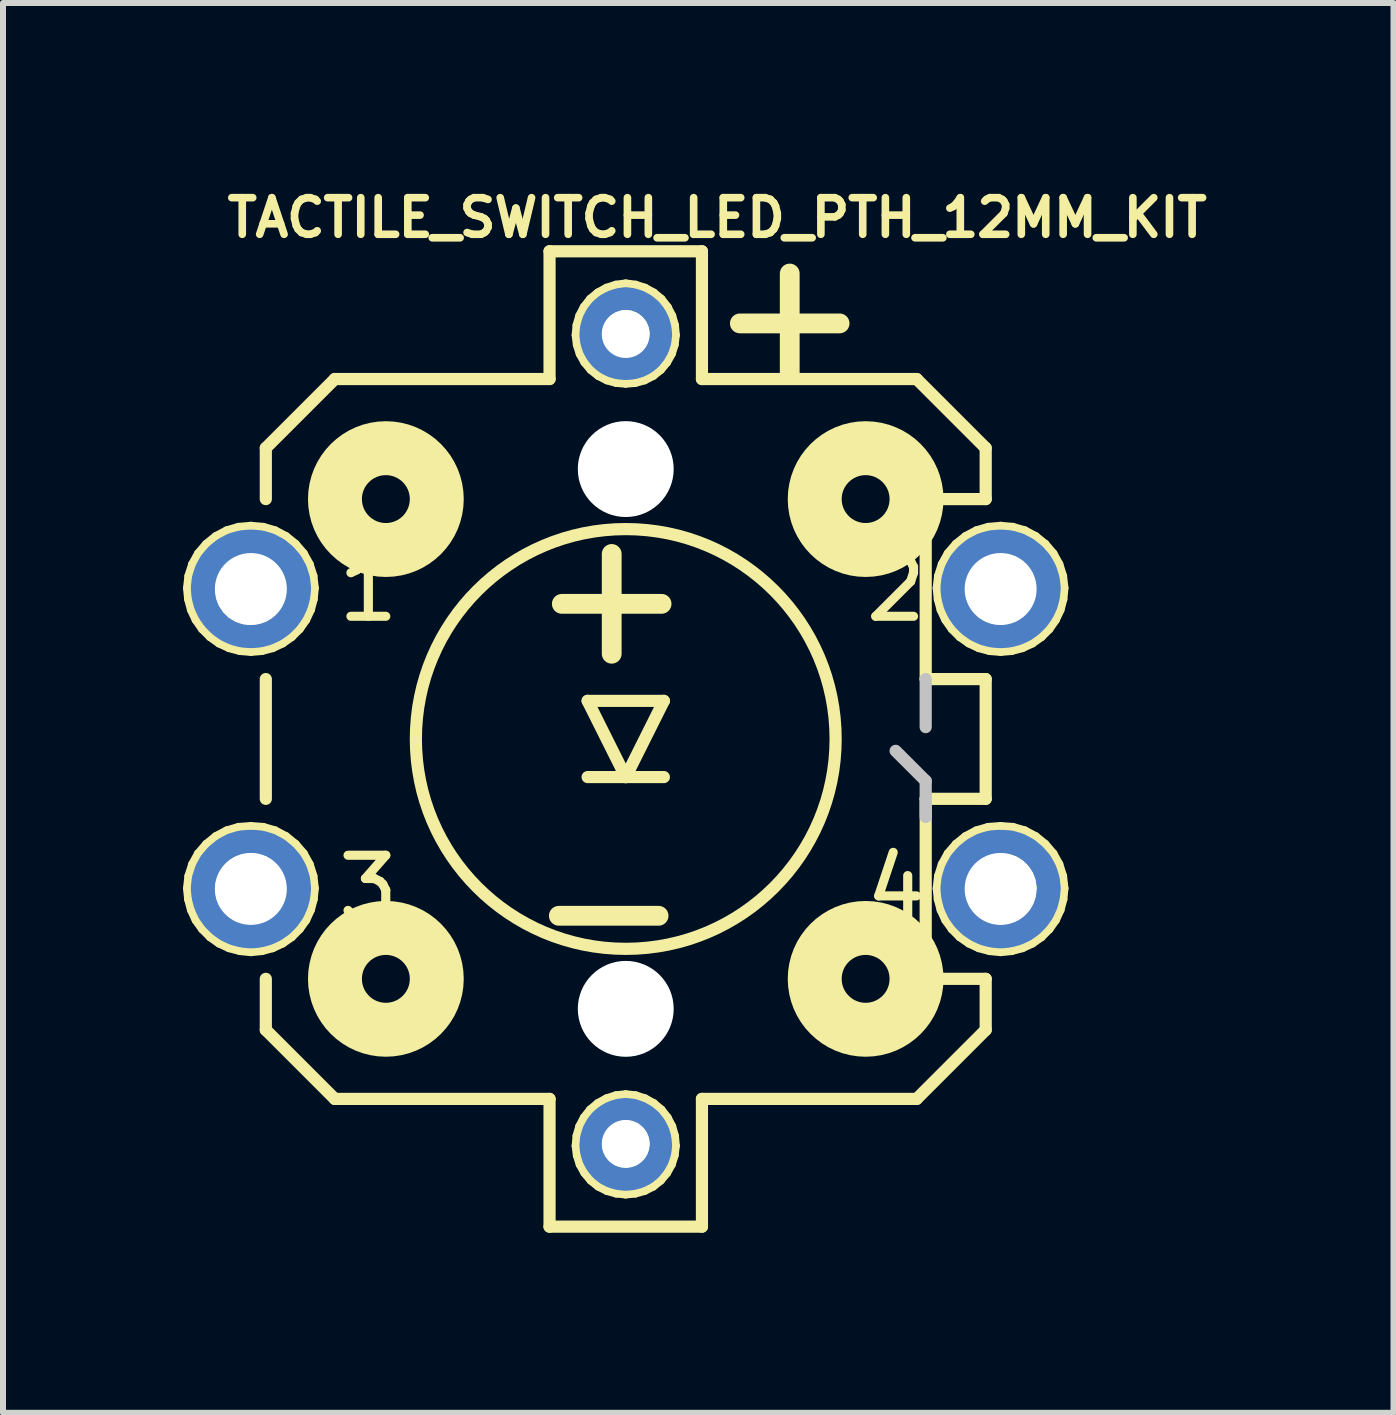
<source format=kicad_pcb>
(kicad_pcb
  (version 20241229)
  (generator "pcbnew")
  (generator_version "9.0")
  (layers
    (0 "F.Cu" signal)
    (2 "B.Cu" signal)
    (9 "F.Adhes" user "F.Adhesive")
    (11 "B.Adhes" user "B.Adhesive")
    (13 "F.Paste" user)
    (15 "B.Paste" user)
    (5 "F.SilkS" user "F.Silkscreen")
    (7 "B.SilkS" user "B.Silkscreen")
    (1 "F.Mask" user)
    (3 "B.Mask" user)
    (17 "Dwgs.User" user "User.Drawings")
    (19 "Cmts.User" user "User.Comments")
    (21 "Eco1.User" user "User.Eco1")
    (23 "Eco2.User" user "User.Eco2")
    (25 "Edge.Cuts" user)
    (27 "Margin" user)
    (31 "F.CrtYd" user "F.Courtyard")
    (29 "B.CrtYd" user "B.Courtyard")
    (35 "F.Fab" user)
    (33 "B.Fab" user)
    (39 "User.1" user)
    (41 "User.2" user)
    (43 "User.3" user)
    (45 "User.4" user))
  (footprint "TACTILE_SWITCH_LED_PTH_12MM_KIT"
    (layer "F.Cu")
    (at 7.379 9.266)
    (property "Reference" "TACTILE_SWITCH_LED_PTH_12MM_KIT" (at 1.524 -8.687 0) (layer "F.SilkS") (effects (font (size 0.61 0.61) (thickness 0.127))))
    (attr exclude_from_pos_files exclude_from_bom)
    (fp_line (start -7.315 -2.515) (end -7.297 -2.329) (stroke (width 0.127) (type solid)) (layer "F.SilkS"))
    (fp_line (start -7.315 2.489) (end -7.297 2.672) (stroke (width 0.127) (type solid)) (layer "F.SilkS"))
    (fp_line (start -7.297 -2.329) (end -7.249 -2.149) (stroke (width 0.127) (type solid)) (layer "F.SilkS"))
    (fp_line (start -7.297 2.672) (end -7.249 2.852) (stroke (width 0.127) (type solid)) (layer "F.SilkS"))
    (fp_line (start -7.292 -2.718) (end -7.315 -2.515) (stroke (width 0.127) (type solid)) (layer "F.SilkS"))
    (fp_line (start -7.292 2.283) (end -7.315 2.489) (stroke (width 0.127) (type solid)) (layer "F.SilkS"))
    (fp_line (start -7.249 -2.149) (end -7.17 -1.981) (stroke (width 0.127) (type solid)) (layer "F.SilkS"))
    (fp_line (start -7.249 2.852) (end -7.17 3.023) (stroke (width 0.127) (type solid)) (layer "F.SilkS"))
    (fp_line (start -7.229 -2.916) (end -7.292 -2.718) (stroke (width 0.127) (type solid)) (layer "F.SilkS"))
    (fp_line (start -7.229 2.085) (end -7.292 2.283) (stroke (width 0.127) (type solid)) (layer "F.SilkS"))
    (fp_line (start -7.17 -1.981) (end -7.064 -1.829) (stroke (width 0.127) (type solid)) (layer "F.SilkS"))
    (fp_line (start -7.17 3.023) (end -7.064 3.172) (stroke (width 0.127) (type solid)) (layer "F.SilkS"))
    (fp_line (start -7.13 -3.096) (end -7.229 -2.916) (stroke (width 0.127) (type solid)) (layer "F.SilkS"))
    (fp_line (start -7.13 1.905) (end -7.229 2.085) (stroke (width 0.127) (type solid)) (layer "F.SilkS"))
    (fp_line (start -7.064 -1.829) (end -6.932 -1.697) (stroke (width 0.127) (type solid)) (layer "F.SilkS"))
    (fp_line (start -7.064 3.172) (end -6.932 3.305) (stroke (width 0.127) (type solid)) (layer "F.SilkS"))
    (fp_line (start -6.995 -3.254) (end -7.13 -3.096) (stroke (width 0.127) (type solid)) (layer "F.SilkS"))
    (fp_line (start -6.995 1.748) (end -7.13 1.905) (stroke (width 0.127) (type solid)) (layer "F.SilkS"))
    (fp_line (start -6.932 -1.697) (end -6.782 -1.59) (stroke (width 0.127) (type solid)) (layer "F.SilkS"))
    (fp_line (start -6.932 3.305) (end -6.782 3.411) (stroke (width 0.127) (type solid)) (layer "F.SilkS"))
    (fp_line (start -6.835 -3.383) (end -6.995 -3.254) (stroke (width 0.127) (type solid)) (layer "F.SilkS"))
    (fp_line (start -6.835 1.618) (end -6.995 1.748) (stroke (width 0.127) (type solid)) (layer "F.SilkS"))
    (fp_line (start -6.782 -1.59) (end -6.612 -1.511) (stroke (width 0.127) (type solid)) (layer "F.SilkS"))
    (fp_line (start -6.782 2.52) (end -6.764 2.634) (stroke (width 0.127) (type solid)) (layer "F.SilkS"))
    (fp_line (start -6.782 3.411) (end -6.612 3.49) (stroke (width 0.127) (type solid)) (layer "F.SilkS"))
    (fp_line (start -6.777 -2.469) (end -6.761 -2.355) (stroke (width 0.127) (type solid)) (layer "F.SilkS"))
    (fp_line (start -6.769 2.398) (end -6.782 2.52) (stroke (width 0.127) (type solid)) (layer "F.SilkS"))
    (fp_line (start -6.767 -2.591) (end -6.777 -2.469) (stroke (width 0.127) (type solid)) (layer "F.SilkS"))
    (fp_line (start -6.764 2.634) (end -6.723 2.741) (stroke (width 0.127) (type solid)) (layer "F.SilkS"))
    (fp_line (start -6.761 -2.355) (end -6.721 -2.248) (stroke (width 0.127) (type solid)) (layer "F.SilkS"))
    (fp_line (start -6.731 2.283) (end -6.769 2.398) (stroke (width 0.127) (type solid)) (layer "F.SilkS"))
    (fp_line (start -6.728 -2.705) (end -6.767 -2.591) (stroke (width 0.127) (type solid)) (layer "F.SilkS"))
    (fp_line (start -6.723 2.741) (end -6.66 2.837) (stroke (width 0.127) (type solid)) (layer "F.SilkS"))
    (fp_line (start -6.721 -2.248) (end -6.657 -2.151) (stroke (width 0.127) (type solid)) (layer "F.SilkS"))
    (fp_line (start -6.67 2.179) (end -6.731 2.283) (stroke (width 0.127) (type solid)) (layer "F.SilkS"))
    (fp_line (start -6.668 -2.809) (end -6.728 -2.705) (stroke (width 0.127) (type solid)) (layer "F.SilkS"))
    (fp_line (start -6.66 2.837) (end -6.576 2.918) (stroke (width 0.127) (type solid)) (layer "F.SilkS"))
    (fp_line (start -6.657 -2.151) (end -6.574 -2.07) (stroke (width 0.127) (type solid)) (layer "F.SilkS"))
    (fp_line (start -6.652 -3.48) (end -6.835 -3.383) (stroke (width 0.127) (type solid)) (layer "F.SilkS"))
    (fp_line (start -6.652 1.521) (end -6.835 1.618) (stroke (width 0.127) (type solid)) (layer "F.SilkS"))
    (fp_line (start -6.612 -1.511) (end -6.431 -1.463) (stroke (width 0.127) (type solid)) (layer "F.SilkS"))
    (fp_line (start -6.612 3.49) (end -6.431 3.538) (stroke (width 0.127) (type solid)) (layer "F.SilkS"))
    (fp_line (start -6.586 2.093) (end -6.67 2.179) (stroke (width 0.127) (type solid)) (layer "F.SilkS"))
    (fp_line (start -6.584 -2.896) (end -6.668 -2.809) (stroke (width 0.127) (type solid)) (layer "F.SilkS"))
    (fp_line (start -6.576 2.918) (end -6.477 2.977) (stroke (width 0.127) (type solid)) (layer "F.SilkS"))
    (fp_line (start -6.574 -2.07) (end -6.474 -2.012) (stroke (width 0.127) (type solid)) (layer "F.SilkS"))
    (fp_line (start -6.485 2.024) (end -6.586 2.093) (stroke (width 0.127) (type solid)) (layer "F.SilkS"))
    (fp_line (start -6.482 -2.964) (end -6.584 -2.896) (stroke (width 0.127) (type solid)) (layer "F.SilkS"))
    (fp_line (start -6.477 2.977) (end -6.368 3.012) (stroke (width 0.127) (type solid)) (layer "F.SilkS"))
    (fp_line (start -6.474 -2.012) (end -6.365 -1.976) (stroke (width 0.127) (type solid)) (layer "F.SilkS"))
    (fp_line (start -6.454 -3.538) (end -6.652 -3.48) (stroke (width 0.127) (type solid)) (layer "F.SilkS"))
    (fp_line (start -6.454 1.463) (end -6.652 1.521) (stroke (width 0.127) (type solid)) (layer "F.SilkS"))
    (fp_line (start -6.431 -1.463) (end -6.248 -1.448) (stroke (width 0.127) (type solid)) (layer "F.SilkS"))
    (fp_line (start -6.431 3.538) (end -6.248 3.556) (stroke (width 0.127) (type solid)) (layer "F.SilkS"))
    (fp_line (start -6.373 1.984) (end -6.485 2.024) (stroke (width 0.127) (type solid)) (layer "F.SilkS"))
    (fp_line (start -6.37 -3.005) (end -6.482 -2.964) (stroke (width 0.127) (type solid)) (layer "F.SilkS"))
    (fp_line (start -6.368 3.012) (end -6.253 3.025) (stroke (width 0.127) (type solid)) (layer "F.SilkS"))
    (fp_line (start -6.365 -1.976) (end -6.251 -1.963) (stroke (width 0.127) (type solid)) (layer "F.SilkS"))
    (fp_line (start -6.253 3.025) (end -6.134 3.007) (stroke (width 0.127) (type solid)) (layer "F.SilkS"))
    (fp_line (start -6.251 -1.963) (end -6.132 -1.981) (stroke (width 0.127) (type solid)) (layer "F.SilkS"))
    (fp_line (start -6.251 1.968) (end -6.373 1.984) (stroke (width 0.127) (type solid)) (layer "F.SilkS"))
    (fp_line (start -6.248 -3.556) (end -6.454 -3.538) (stroke (width 0.127) (type solid)) (layer "F.SilkS"))
    (fp_line (start -6.248 -3.02) (end -6.37 -3.005) (stroke (width 0.127) (type solid)) (layer "F.SilkS"))
    (fp_line (start -6.248 -1.448) (end -6.063 -1.463) (stroke (width 0.127) (type solid)) (layer "F.SilkS"))
    (fp_line (start -6.248 1.448) (end -6.454 1.463) (stroke (width 0.127) (type solid)) (layer "F.SilkS"))
    (fp_line (start -6.248 3.556) (end -6.063 3.538) (stroke (width 0.127) (type solid)) (layer "F.SilkS"))
    (fp_line (start -6.137 1.979) (end -6.251 1.968) (stroke (width 0.127) (type solid)) (layer "F.SilkS"))
    (fp_line (start -6.134 -3.01) (end -6.248 -3.02) (stroke (width 0.127) (type solid)) (layer "F.SilkS"))
    (fp_line (start -6.134 3.007) (end -6.02 2.967) (stroke (width 0.127) (type solid)) (layer "F.SilkS"))
    (fp_line (start -6.132 -1.981) (end -6.017 -2.022) (stroke (width 0.127) (type solid)) (layer "F.SilkS"))
    (fp_line (start -6.063 -1.463) (end -5.883 -1.511) (stroke (width 0.127) (type solid)) (layer "F.SilkS"))
    (fp_line (start -6.063 3.538) (end -5.883 3.49) (stroke (width 0.127) (type solid)) (layer "F.SilkS"))
    (fp_line (start -6.04 -3.538) (end -6.248 -3.556) (stroke (width 0.127) (type solid)) (layer "F.SilkS"))
    (fp_line (start -6.04 1.463) (end -6.248 1.448) (stroke (width 0.127) (type solid)) (layer "F.SilkS"))
    (fp_line (start -6.027 2.014) (end -6.137 1.979) (stroke (width 0.127) (type solid)) (layer "F.SilkS"))
    (fp_line (start -6.025 -2.974) (end -6.134 -3.01) (stroke (width 0.127) (type solid)) (layer "F.SilkS"))
    (fp_line (start -6.02 2.967) (end -5.921 2.901) (stroke (width 0.127) (type solid)) (layer "F.SilkS"))
    (fp_line (start -6.017 -2.022) (end -5.918 -2.088) (stroke (width 0.127) (type solid)) (layer "F.SilkS"))
    (fp_line (start -5.999 -4.849) (end -4.849 -5.999) (stroke (width 0.203) (type solid)) (layer "F.SilkS"))
    (fp_line (start -5.999 -3.998) (end -5.999 -4.849) (stroke (width 0.203) (type solid)) (layer "F.SilkS"))
    (fp_line (start -5.999 0.998) (end -5.999 -0.998) (stroke (width 0.203) (type solid)) (layer "F.SilkS"))
    (fp_line (start -5.999 4.849) (end -5.999 3.998) (stroke (width 0.203) (type solid)) (layer "F.SilkS"))
    (fp_line (start -5.928 2.075) (end -6.027 2.014) (stroke (width 0.127) (type solid)) (layer "F.SilkS"))
    (fp_line (start -5.926 -2.913) (end -6.025 -2.974) (stroke (width 0.127) (type solid)) (layer "F.SilkS"))
    (fp_line (start -5.921 2.901) (end -5.837 2.814) (stroke (width 0.127) (type solid)) (layer "F.SilkS"))
    (fp_line (start -5.918 -2.088) (end -5.834 -2.174) (stroke (width 0.127) (type solid)) (layer "F.SilkS"))
    (fp_line (start -5.883 -1.511) (end -5.715 -1.59) (stroke (width 0.127) (type solid)) (layer "F.SilkS"))
    (fp_line (start -5.883 3.49) (end -5.715 3.411) (stroke (width 0.127) (type solid)) (layer "F.SilkS"))
    (fp_line (start -5.845 2.156) (end -5.928 2.075) (stroke (width 0.127) (type solid)) (layer "F.SilkS"))
    (fp_line (start -5.842 -3.48) (end -6.04 -3.538) (stroke (width 0.127) (type solid)) (layer "F.SilkS"))
    (fp_line (start -5.842 -2.832) (end -5.926 -2.913) (stroke (width 0.127) (type solid)) (layer "F.SilkS"))
    (fp_line (start -5.842 1.521) (end -6.04 1.463) (stroke (width 0.127) (type solid)) (layer "F.SilkS"))
    (fp_line (start -5.837 2.814) (end -5.776 2.71) (stroke (width 0.127) (type solid)) (layer "F.SilkS"))
    (fp_line (start -5.834 -2.174) (end -5.773 -2.278) (stroke (width 0.127) (type solid)) (layer "F.SilkS"))
    (fp_line (start -5.781 2.253) (end -5.845 2.156) (stroke (width 0.127) (type solid)) (layer "F.SilkS"))
    (fp_line (start -5.779 -2.736) (end -5.842 -2.832) (stroke (width 0.127) (type solid)) (layer "F.SilkS"))
    (fp_line (start -5.776 2.71) (end -5.738 2.598) (stroke (width 0.127) (type solid)) (layer "F.SilkS"))
    (fp_line (start -5.773 -2.278) (end -5.735 -2.39) (stroke (width 0.127) (type solid)) (layer "F.SilkS"))
    (fp_line (start -5.74 2.362) (end -5.781 2.253) (stroke (width 0.127) (type solid)) (layer "F.SilkS"))
    (fp_line (start -5.738 -2.626) (end -5.779 -2.736) (stroke (width 0.127) (type solid)) (layer "F.SilkS"))
    (fp_line (start -5.738 2.598) (end -5.728 2.479) (stroke (width 0.127) (type solid)) (layer "F.SilkS"))
    (fp_line (start -5.735 -2.39) (end -5.723 -2.51) (stroke (width 0.127) (type solid)) (layer "F.SilkS"))
    (fp_line (start -5.728 2.479) (end -5.74 2.362) (stroke (width 0.127) (type solid)) (layer "F.SilkS"))
    (fp_line (start -5.723 -2.51) (end -5.738 -2.626) (stroke (width 0.127) (type solid)) (layer "F.SilkS"))
    (fp_line (start -5.715 -1.59) (end -5.563 -1.697) (stroke (width 0.127) (type solid)) (layer "F.SilkS"))
    (fp_line (start -5.715 3.411) (end -5.563 3.305) (stroke (width 0.127) (type solid)) (layer "F.SilkS"))
    (fp_line (start -5.659 -3.383) (end -5.842 -3.48) (stroke (width 0.127) (type solid)) (layer "F.SilkS"))
    (fp_line (start -5.659 1.618) (end -5.842 1.521) (stroke (width 0.127) (type solid)) (layer "F.SilkS"))
    (fp_line (start -5.563 -1.697) (end -5.431 -1.829) (stroke (width 0.127) (type solid)) (layer "F.SilkS"))
    (fp_line (start -5.563 3.305) (end -5.431 3.172) (stroke (width 0.127) (type solid)) (layer "F.SilkS"))
    (fp_line (start -5.499 -3.254) (end -5.659 -3.383) (stroke (width 0.127) (type solid)) (layer "F.SilkS"))
    (fp_line (start -5.499 1.748) (end -5.659 1.618) (stroke (width 0.127) (type solid)) (layer "F.SilkS"))
    (fp_line (start -5.431 -1.829) (end -5.324 -1.981) (stroke (width 0.127) (type solid)) (layer "F.SilkS"))
    (fp_line (start -5.431 3.172) (end -5.324 3.023) (stroke (width 0.127) (type solid)) (layer "F.SilkS"))
    (fp_line (start -5.364 -3.096) (end -5.499 -3.254) (stroke (width 0.127) (type solid)) (layer "F.SilkS"))
    (fp_line (start -5.364 1.905) (end -5.499 1.748) (stroke (width 0.127) (type solid)) (layer "F.SilkS"))
    (fp_line (start -5.324 -1.981) (end -5.245 -2.149) (stroke (width 0.127) (type solid)) (layer "F.SilkS"))
    (fp_line (start -5.324 3.023) (end -5.245 2.852) (stroke (width 0.127) (type solid)) (layer "F.SilkS"))
    (fp_line (start -5.265 -2.916) (end -5.364 -3.096) (stroke (width 0.127) (type solid)) (layer "F.SilkS"))
    (fp_line (start -5.265 2.085) (end -5.364 1.905) (stroke (width 0.127) (type solid)) (layer "F.SilkS"))
    (fp_line (start -5.245 -2.149) (end -5.197 -2.329) (stroke (width 0.127) (type solid)) (layer "F.SilkS"))
    (fp_line (start -5.245 2.852) (end -5.197 2.672) (stroke (width 0.127) (type solid)) (layer "F.SilkS"))
    (fp_line (start -5.202 -2.718) (end -5.265 -2.916) (stroke (width 0.127) (type solid)) (layer "F.SilkS"))
    (fp_line (start -5.202 2.283) (end -5.265 2.085) (stroke (width 0.127) (type solid)) (layer "F.SilkS"))
    (fp_line (start -5.197 -2.329) (end -5.179 -2.515) (stroke (width 0.127) (type solid)) (layer "F.SilkS"))
    (fp_line (start -5.197 2.672) (end -5.179 2.489) (stroke (width 0.127) (type solid)) (layer "F.SilkS"))
    (fp_line (start -5.179 -2.515) (end -5.202 -2.718) (stroke (width 0.127) (type solid)) (layer "F.SilkS"))
    (fp_line (start -5.179 2.489) (end -5.202 2.283) (stroke (width 0.127) (type solid)) (layer "F.SilkS"))
    (fp_line (start -4.849 -5.999) (end -1.27 -5.999) (stroke (width 0.203) (type solid)) (layer "F.SilkS"))
    (fp_line (start -4.849 5.999) (end -5.999 4.849) (stroke (width 0.203) (type solid)) (layer "F.SilkS"))
    (fp_line (start -1.27 -8.128) (end 1.27 -8.128) (stroke (width 0.203) (type solid)) (layer "F.SilkS"))
    (fp_line (start -1.27 -5.999) (end -1.27 -8.128) (stroke (width 0.203) (type solid)) (layer "F.SilkS"))
    (fp_line (start -1.27 5.999) (end -4.849 5.999) (stroke (width 0.203) (type solid)) (layer "F.SilkS"))
    (fp_line (start -1.27 8.128) (end -1.27 5.999) (stroke (width 0.203) (type solid)) (layer "F.SilkS"))
    (fp_line (start -0.838 -6.731) (end -0.818 -6.568) (stroke (width 0.127) (type solid)) (layer "F.SilkS"))
    (fp_line (start -0.838 6.782) (end -0.818 6.942) (stroke (width 0.127) (type solid)) (layer "F.SilkS"))
    (fp_line (start -0.823 -6.896) (end -0.838 -6.731) (stroke (width 0.127) (type solid)) (layer "F.SilkS"))
    (fp_line (start -0.823 6.614) (end -0.838 6.782) (stroke (width 0.127) (type solid)) (layer "F.SilkS"))
    (fp_line (start -0.818 -6.568) (end -0.77 -6.416) (stroke (width 0.127) (type solid)) (layer "F.SilkS"))
    (fp_line (start -0.818 6.942) (end -0.77 7.094) (stroke (width 0.127) (type solid)) (layer "F.SilkS"))
    (fp_line (start -0.777 -7.056) (end -0.823 -6.896) (stroke (width 0.127) (type solid)) (layer "F.SilkS"))
    (fp_line (start -0.777 6.454) (end -0.823 6.614) (stroke (width 0.127) (type solid)) (layer "F.SilkS"))
    (fp_line (start -0.77 -6.416) (end -0.691 -6.274) (stroke (width 0.127) (type solid)) (layer "F.SilkS"))
    (fp_line (start -0.77 7.094) (end -0.691 7.236) (stroke (width 0.127) (type solid)) (layer "F.SilkS"))
    (fp_line (start -0.701 -7.203) (end -0.777 -7.056) (stroke (width 0.127) (type solid)) (layer "F.SilkS"))
    (fp_line (start -0.701 6.307) (end -0.777 6.454) (stroke (width 0.127) (type solid)) (layer "F.SilkS"))
    (fp_line (start -0.691 -6.274) (end -0.587 -6.149) (stroke (width 0.127) (type solid)) (layer "F.SilkS"))
    (fp_line (start -0.691 7.236) (end -0.587 7.361) (stroke (width 0.127) (type solid)) (layer "F.SilkS"))
    (fp_line (start -0.635 -0.635) (end 0 0.635) (stroke (width 0.203) (type solid)) (layer "F.SilkS"))
    (fp_line (start -0.597 -7.336) (end -0.701 -7.203) (stroke (width 0.127) (type solid)) (layer "F.SilkS"))
    (fp_line (start -0.597 6.175) (end -0.701 6.307) (stroke (width 0.127) (type solid)) (layer "F.SilkS"))
    (fp_line (start -0.587 -6.149) (end -0.46 -6.048) (stroke (width 0.127) (type solid)) (layer "F.SilkS"))
    (fp_line (start -0.587 7.361) (end -0.46 7.463) (stroke (width 0.127) (type solid)) (layer "F.SilkS"))
    (fp_line (start -0.47 -7.442) (end -0.597 -7.336) (stroke (width 0.127) (type solid)) (layer "F.SilkS"))
    (fp_line (start -0.47 6.068) (end -0.597 6.175) (stroke (width 0.127) (type solid)) (layer "F.SilkS"))
    (fp_line (start -0.46 -6.048) (end -0.315 -5.974) (stroke (width 0.127) (type solid)) (layer "F.SilkS"))
    (fp_line (start -0.46 7.463) (end -0.315 7.536) (stroke (width 0.127) (type solid)) (layer "F.SilkS"))
    (fp_line (start -0.33 -6.731) (end -0.315 -6.647) (stroke (width 0.127) (type solid)) (layer "F.SilkS"))
    (fp_line (start -0.33 6.774) (end -0.315 6.855) (stroke (width 0.127) (type solid)) (layer "F.SilkS"))
    (fp_line (start -0.323 -7.523) (end -0.47 -7.442) (stroke (width 0.127) (type solid)) (layer "F.SilkS"))
    (fp_line (start -0.323 -6.807) (end -0.33 -6.731) (stroke (width 0.127) (type solid)) (layer "F.SilkS"))
    (fp_line (start -0.323 5.987) (end -0.47 6.068) (stroke (width 0.127) (type solid)) (layer "F.SilkS"))
    (fp_line (start -0.323 6.695) (end -0.33 6.774) (stroke (width 0.127) (type solid)) (layer "F.SilkS"))
    (fp_line (start -0.315 -6.647) (end -0.279 -6.574) (stroke (width 0.127) (type solid)) (layer "F.SilkS"))
    (fp_line (start -0.315 -5.974) (end -0.16 -5.931) (stroke (width 0.127) (type solid)) (layer "F.SilkS"))
    (fp_line (start -0.315 6.855) (end -0.279 6.929) (stroke (width 0.127) (type solid)) (layer "F.SilkS"))
    (fp_line (start -0.315 7.536) (end -0.16 7.579) (stroke (width 0.127) (type solid)) (layer "F.SilkS"))
    (fp_line (start -0.3 -6.881) (end -0.323 -6.807) (stroke (width 0.127) (type solid)) (layer "F.SilkS"))
    (fp_line (start -0.3 6.622) (end -0.323 6.695) (stroke (width 0.127) (type solid)) (layer "F.SilkS"))
    (fp_line (start -0.279 -6.574) (end -0.226 -6.51) (stroke (width 0.127) (type solid)) (layer "F.SilkS"))
    (fp_line (start -0.279 6.929) (end -0.226 6.993) (stroke (width 0.127) (type solid)) (layer "F.SilkS"))
    (fp_line (start -0.262 -6.947) (end -0.3 -6.881) (stroke (width 0.127) (type solid)) (layer "F.SilkS"))
    (fp_line (start -0.262 6.556) (end -0.3 6.622) (stroke (width 0.127) (type solid)) (layer "F.SilkS"))
    (fp_line (start -0.226 -6.51) (end -0.16 -6.462) (stroke (width 0.127) (type solid)) (layer "F.SilkS"))
    (fp_line (start -0.226 6.993) (end -0.16 7.041) (stroke (width 0.127) (type solid)) (layer "F.SilkS"))
    (fp_line (start -0.211 -7.003) (end -0.262 -6.947) (stroke (width 0.127) (type solid)) (layer "F.SilkS"))
    (fp_line (start -0.211 6.5) (end -0.262 6.556) (stroke (width 0.127) (type solid)) (layer "F.SilkS"))
    (fp_line (start -0.165 -7.574) (end -0.323 -7.523) (stroke (width 0.127) (type solid)) (layer "F.SilkS"))
    (fp_line (start -0.165 5.936) (end -0.323 5.987) (stroke (width 0.127) (type solid)) (layer "F.SilkS"))
    (fp_line (start -0.16 -6.462) (end -0.081 -6.431) (stroke (width 0.127) (type solid)) (layer "F.SilkS"))
    (fp_line (start -0.16 -5.931) (end 0 -5.918) (stroke (width 0.127) (type solid)) (layer "F.SilkS"))
    (fp_line (start -0.16 7.041) (end -0.081 7.071) (stroke (width 0.127) (type solid)) (layer "F.SilkS"))
    (fp_line (start -0.16 7.579) (end 0 7.595) (stroke (width 0.127) (type solid)) (layer "F.SilkS"))
    (fp_line (start -0.147 -7.046) (end -0.211 -7.003) (stroke (width 0.127) (type solid)) (layer "F.SilkS"))
    (fp_line (start -0.147 6.457) (end -0.211 6.5) (stroke (width 0.127) (type solid)) (layer "F.SilkS"))
    (fp_line (start -0.081 -6.431) (end 0 -6.426) (stroke (width 0.127) (type solid)) (layer "F.SilkS"))
    (fp_line (start -0.081 7.071) (end 0 7.079) (stroke (width 0.127) (type solid)) (layer "F.SilkS"))
    (fp_line (start -0.074 -7.074) (end -0.147 -7.046) (stroke (width 0.127) (type solid)) (layer "F.SilkS"))
    (fp_line (start -0.074 6.429) (end -0.147 6.457) (stroke (width 0.127) (type solid)) (layer "F.SilkS"))
    (fp_line (start 0 -7.595) (end -0.165 -7.574) (stroke (width 0.127) (type solid)) (layer "F.SilkS"))
    (fp_line (start 0 -7.087) (end -0.074 -7.074) (stroke (width 0.127) (type solid)) (layer "F.SilkS"))
    (fp_line (start 0 -6.426) (end 0.071 -6.434) (stroke (width 0.127) (type solid)) (layer "F.SilkS"))
    (fp_line (start 0 -5.918) (end 0.16 -5.931) (stroke (width 0.127) (type solid)) (layer "F.SilkS"))
    (fp_line (start 0 0.635) (end -0.635 0.635) (stroke (width 0.203) (type solid)) (layer "F.SilkS"))
    (fp_line (start 0 0.635) (end 0.635 -0.635) (stroke (width 0.203) (type solid)) (layer "F.SilkS"))
    (fp_line (start 0 5.918) (end -0.165 5.936) (stroke (width 0.127) (type solid)) (layer "F.SilkS"))
    (fp_line (start 0 6.419) (end -0.074 6.429) (stroke (width 0.127) (type solid)) (layer "F.SilkS"))
    (fp_line (start 0 7.079) (end 0.071 7.069) (stroke (width 0.127) (type solid)) (layer "F.SilkS"))
    (fp_line (start 0 7.595) (end 0.16 7.579) (stroke (width 0.127) (type solid)) (layer "F.SilkS"))
    (fp_line (start 0.071 -6.434) (end 0.142 -6.457) (stroke (width 0.127) (type solid)) (layer "F.SilkS"))
    (fp_line (start 0.071 7.069) (end 0.142 7.046) (stroke (width 0.127) (type solid)) (layer "F.SilkS"))
    (fp_line (start 0.084 -7.074) (end 0 -7.087) (stroke (width 0.127) (type solid)) (layer "F.SilkS"))
    (fp_line (start 0.084 6.429) (end 0 6.419) (stroke (width 0.127) (type solid)) (layer "F.SilkS"))
    (fp_line (start 0.142 -6.457) (end 0.206 -6.497) (stroke (width 0.127) (type solid)) (layer "F.SilkS"))
    (fp_line (start 0.142 7.046) (end 0.206 7.005) (stroke (width 0.127) (type solid)) (layer "F.SilkS"))
    (fp_line (start 0.16 -5.931) (end 0.315 -5.974) (stroke (width 0.127) (type solid)) (layer "F.SilkS"))
    (fp_line (start 0.16 7.579) (end 0.315 7.536) (stroke (width 0.127) (type solid)) (layer "F.SilkS"))
    (fp_line (start 0.165 -7.574) (end 0 -7.595) (stroke (width 0.127) (type solid)) (layer "F.SilkS"))
    (fp_line (start 0.165 -7.041) (end 0.084 -7.074) (stroke (width 0.127) (type solid)) (layer "F.SilkS"))
    (fp_line (start 0.165 5.936) (end 0 5.918) (stroke (width 0.127) (type solid)) (layer "F.SilkS"))
    (fp_line (start 0.165 6.462) (end 0.084 6.429) (stroke (width 0.127) (type solid)) (layer "F.SilkS"))
    (fp_line (start 0.206 -6.497) (end 0.257 -6.548) (stroke (width 0.127) (type solid)) (layer "F.SilkS"))
    (fp_line (start 0.206 7.005) (end 0.257 6.955) (stroke (width 0.127) (type solid)) (layer "F.SilkS"))
    (fp_line (start 0.231 -6.988) (end 0.165 -7.041) (stroke (width 0.127) (type solid)) (layer "F.SilkS"))
    (fp_line (start 0.231 6.515) (end 0.165 6.462) (stroke (width 0.127) (type solid)) (layer "F.SilkS"))
    (fp_line (start 0.257 -6.548) (end 0.297 -6.612) (stroke (width 0.127) (type solid)) (layer "F.SilkS"))
    (fp_line (start 0.257 6.955) (end 0.297 6.891) (stroke (width 0.127) (type solid)) (layer "F.SilkS"))
    (fp_line (start 0.284 -6.921) (end 0.231 -6.988) (stroke (width 0.127) (type solid)) (layer "F.SilkS"))
    (fp_line (start 0.284 6.584) (end 0.231 6.515) (stroke (width 0.127) (type solid)) (layer "F.SilkS"))
    (fp_line (start 0.297 -6.612) (end 0.32 -6.683) (stroke (width 0.127) (type solid)) (layer "F.SilkS"))
    (fp_line (start 0.297 6.891) (end 0.32 6.82) (stroke (width 0.127) (type solid)) (layer "F.SilkS"))
    (fp_line (start 0.315 -5.974) (end 0.46 -6.048) (stroke (width 0.127) (type solid)) (layer "F.SilkS"))
    (fp_line (start 0.315 7.536) (end 0.46 7.463) (stroke (width 0.127) (type solid)) (layer "F.SilkS"))
    (fp_line (start 0.318 -6.84) (end 0.284 -6.921) (stroke (width 0.127) (type solid)) (layer "F.SilkS"))
    (fp_line (start 0.318 6.662) (end 0.284 6.584) (stroke (width 0.127) (type solid)) (layer "F.SilkS"))
    (fp_line (start 0.32 -6.683) (end 0.33 -6.756) (stroke (width 0.127) (type solid)) (layer "F.SilkS"))
    (fp_line (start 0.32 6.82) (end 0.33 6.749) (stroke (width 0.127) (type solid)) (layer "F.SilkS"))
    (fp_line (start 0.323 -7.523) (end 0.165 -7.574) (stroke (width 0.127) (type solid)) (layer "F.SilkS"))
    (fp_line (start 0.323 5.987) (end 0.165 5.936) (stroke (width 0.127) (type solid)) (layer "F.SilkS"))
    (fp_line (start 0.33 -6.756) (end 0.318 -6.84) (stroke (width 0.127) (type solid)) (layer "F.SilkS"))
    (fp_line (start 0.33 6.749) (end 0.318 6.662) (stroke (width 0.127) (type solid)) (layer "F.SilkS"))
    (fp_line (start 0.46 -6.048) (end 0.587 -6.149) (stroke (width 0.127) (type solid)) (layer "F.SilkS"))
    (fp_line (start 0.46 7.463) (end 0.587 7.361) (stroke (width 0.127) (type solid)) (layer "F.SilkS"))
    (fp_line (start 0.47 -7.442) (end 0.323 -7.523) (stroke (width 0.127) (type solid)) (layer "F.SilkS"))
    (fp_line (start 0.47 6.068) (end 0.323 5.987) (stroke (width 0.127) (type solid)) (layer "F.SilkS"))
    (fp_line (start 0.587 -6.149) (end 0.691 -6.274) (stroke (width 0.127) (type solid)) (layer "F.SilkS"))
    (fp_line (start 0.587 7.361) (end 0.691 7.236) (stroke (width 0.127) (type solid)) (layer "F.SilkS"))
    (fp_line (start 0.597 -7.336) (end 0.47 -7.442) (stroke (width 0.127) (type solid)) (layer "F.SilkS"))
    (fp_line (start 0.597 6.175) (end 0.47 6.068) (stroke (width 0.127) (type solid)) (layer "F.SilkS"))
    (fp_line (start 0.635 -0.635) (end -0.635 -0.635) (stroke (width 0.203) (type solid)) (layer "F.SilkS"))
    (fp_line (start 0.635 0.635) (end 0 0.635) (stroke (width 0.203) (type solid)) (layer "F.SilkS"))
    (fp_line (start 0.691 -6.274) (end 0.77 -6.416) (stroke (width 0.127) (type solid)) (layer "F.SilkS"))
    (fp_line (start 0.691 7.236) (end 0.77 7.094) (stroke (width 0.127) (type solid)) (layer "F.SilkS"))
    (fp_line (start 0.701 -7.203) (end 0.597 -7.336) (stroke (width 0.127) (type solid)) (layer "F.SilkS"))
    (fp_line (start 0.701 6.307) (end 0.597 6.175) (stroke (width 0.127) (type solid)) (layer "F.SilkS"))
    (fp_line (start 0.77 -6.416) (end 0.818 -6.568) (stroke (width 0.127) (type solid)) (layer "F.SilkS"))
    (fp_line (start 0.77 7.094) (end 0.818 6.942) (stroke (width 0.127) (type solid)) (layer "F.SilkS"))
    (fp_line (start 0.777 -7.056) (end 0.701 -7.203) (stroke (width 0.127) (type solid)) (layer "F.SilkS"))
    (fp_line (start 0.777 6.454) (end 0.701 6.307) (stroke (width 0.127) (type solid)) (layer "F.SilkS"))
    (fp_line (start 0.818 -6.568) (end 0.838 -6.731) (stroke (width 0.127) (type solid)) (layer "F.SilkS"))
    (fp_line (start 0.818 6.942) (end 0.838 6.782) (stroke (width 0.127) (type solid)) (layer "F.SilkS"))
    (fp_line (start 0.823 -6.896) (end 0.777 -7.056) (stroke (width 0.127) (type solid)) (layer "F.SilkS"))
    (fp_line (start 0.823 6.614) (end 0.777 6.454) (stroke (width 0.127) (type solid)) (layer "F.SilkS"))
    (fp_line (start 0.838 -6.731) (end 0.823 -6.896) (stroke (width 0.127) (type solid)) (layer "F.SilkS"))
    (fp_line (start 0.838 6.782) (end 0.823 6.614) (stroke (width 0.127) (type solid)) (layer "F.SilkS"))
    (fp_line (start 1.27 -8.128) (end 1.27 -5.999) (stroke (width 0.203) (type solid)) (layer "F.SilkS"))
    (fp_line (start 1.27 -5.999) (end 4.849 -5.999) (stroke (width 0.203) (type solid)) (layer "F.SilkS"))
    (fp_line (start 1.27 5.999) (end 1.27 8.128) (stroke (width 0.203) (type solid)) (layer "F.SilkS"))
    (fp_line (start 1.27 8.128) (end -1.27 8.128) (stroke (width 0.203) (type solid)) (layer "F.SilkS"))
    (fp_line (start 4.849 -5.999) (end 5.999 -4.849) (stroke (width 0.203) (type solid)) (layer "F.SilkS"))
    (fp_line (start 4.849 5.999) (end 1.27 5.999) (stroke (width 0.203) (type solid)) (layer "F.SilkS"))
    (fp_line (start 4.999 -3.998) (end 5.999 -3.998) (stroke (width 0.203) (type solid)) (layer "F.SilkS"))
    (fp_line (start 4.999 -0.998) (end 4.999 -3.998) (stroke (width 0.203) (type solid)) (layer "F.SilkS"))
    (fp_line (start 4.999 0.998) (end 4.999 3.998) (stroke (width 0.203) (type solid)) (layer "F.SilkS"))
    (fp_line (start 4.999 3.998) (end 5.999 3.998) (stroke (width 0.203) (type solid)) (layer "F.SilkS"))
    (fp_line (start 5.179 -2.515) (end 5.197 -2.329) (stroke (width 0.127) (type solid)) (layer "F.SilkS"))
    (fp_line (start 5.179 2.489) (end 5.197 2.672) (stroke (width 0.127) (type solid)) (layer "F.SilkS"))
    (fp_line (start 5.197 -2.329) (end 5.245 -2.149) (stroke (width 0.127) (type solid)) (layer "F.SilkS"))
    (fp_line (start 5.197 2.672) (end 5.245 2.852) (stroke (width 0.127) (type solid)) (layer "F.SilkS"))
    (fp_line (start 5.202 -2.718) (end 5.179 -2.515) (stroke (width 0.127) (type solid)) (layer "F.SilkS"))
    (fp_line (start 5.202 2.283) (end 5.179 2.489) (stroke (width 0.127) (type solid)) (layer "F.SilkS"))
    (fp_line (start 5.245 -2.149) (end 5.324 -1.981) (stroke (width 0.127) (type solid)) (layer "F.SilkS"))
    (fp_line (start 5.245 2.852) (end 5.324 3.023) (stroke (width 0.127) (type solid)) (layer "F.SilkS"))
    (fp_line (start 5.265 -2.916) (end 5.202 -2.718) (stroke (width 0.127) (type solid)) (layer "F.SilkS"))
    (fp_line (start 5.265 2.085) (end 5.202 2.283) (stroke (width 0.127) (type solid)) (layer "F.SilkS"))
    (fp_line (start 5.324 -1.981) (end 5.431 -1.829) (stroke (width 0.127) (type solid)) (layer "F.SilkS"))
    (fp_line (start 5.324 3.023) (end 5.431 3.172) (stroke (width 0.127) (type solid)) (layer "F.SilkS"))
    (fp_line (start 5.364 -3.096) (end 5.265 -2.916) (stroke (width 0.127) (type solid)) (layer "F.SilkS"))
    (fp_line (start 5.364 1.905) (end 5.265 2.085) (stroke (width 0.127) (type solid)) (layer "F.SilkS"))
    (fp_line (start 5.431 -1.829) (end 5.563 -1.697) (stroke (width 0.127) (type solid)) (layer "F.SilkS"))
    (fp_line (start 5.431 3.172) (end 5.563 3.305) (stroke (width 0.127) (type solid)) (layer "F.SilkS"))
    (fp_line (start 5.499 -3.254) (end 5.364 -3.096) (stroke (width 0.127) (type solid)) (layer "F.SilkS"))
    (fp_line (start 5.499 1.748) (end 5.364 1.905) (stroke (width 0.127) (type solid)) (layer "F.SilkS"))
    (fp_line (start 5.563 -1.697) (end 5.715 -1.59) (stroke (width 0.127) (type solid)) (layer "F.SilkS"))
    (fp_line (start 5.563 3.305) (end 5.715 3.411) (stroke (width 0.127) (type solid)) (layer "F.SilkS"))
    (fp_line (start 5.659 -3.383) (end 5.499 -3.254) (stroke (width 0.127) (type solid)) (layer "F.SilkS"))
    (fp_line (start 5.659 1.618) (end 5.499 1.748) (stroke (width 0.127) (type solid)) (layer "F.SilkS"))
    (fp_line (start 5.715 -1.59) (end 5.883 -1.511) (stroke (width 0.127) (type solid)) (layer "F.SilkS"))
    (fp_line (start 5.715 3.411) (end 5.883 3.49) (stroke (width 0.127) (type solid)) (layer "F.SilkS"))
    (fp_line (start 5.72 -2.471) (end 5.738 -2.357) (stroke (width 0.127) (type solid)) (layer "F.SilkS"))
    (fp_line (start 5.728 2.525) (end 5.743 2.639) (stroke (width 0.127) (type solid)) (layer "F.SilkS"))
    (fp_line (start 5.733 -2.593) (end 5.72 -2.471) (stroke (width 0.127) (type solid)) (layer "F.SilkS"))
    (fp_line (start 5.738 -2.357) (end 5.779 -2.25) (stroke (width 0.127) (type solid)) (layer "F.SilkS"))
    (fp_line (start 5.738 2.403) (end 5.728 2.525) (stroke (width 0.127) (type solid)) (layer "F.SilkS"))
    (fp_line (start 5.743 2.639) (end 5.784 2.746) (stroke (width 0.127) (type solid)) (layer "F.SilkS"))
    (fp_line (start 5.771 -2.708) (end 5.733 -2.593) (stroke (width 0.127) (type solid)) (layer "F.SilkS"))
    (fp_line (start 5.776 2.289) (end 5.738 2.403) (stroke (width 0.127) (type solid)) (layer "F.SilkS"))
    (fp_line (start 5.779 -2.25) (end 5.842 -2.154) (stroke (width 0.127) (type solid)) (layer "F.SilkS"))
    (fp_line (start 5.784 2.746) (end 5.847 2.842) (stroke (width 0.127) (type solid)) (layer "F.SilkS"))
    (fp_line (start 5.832 -2.812) (end 5.771 -2.708) (stroke (width 0.127) (type solid)) (layer "F.SilkS"))
    (fp_line (start 5.837 2.184) (end 5.776 2.289) (stroke (width 0.127) (type solid)) (layer "F.SilkS"))
    (fp_line (start 5.842 -3.48) (end 5.659 -3.383) (stroke (width 0.127) (type solid)) (layer "F.SilkS"))
    (fp_line (start 5.842 -2.154) (end 5.926 -2.073) (stroke (width 0.127) (type solid)) (layer "F.SilkS"))
    (fp_line (start 5.842 1.521) (end 5.659 1.618) (stroke (width 0.127) (type solid)) (layer "F.SilkS"))
    (fp_line (start 5.847 2.842) (end 5.931 2.924) (stroke (width 0.127) (type solid)) (layer "F.SilkS"))
    (fp_line (start 5.883 -1.511) (end 6.063 -1.463) (stroke (width 0.127) (type solid)) (layer "F.SilkS"))
    (fp_line (start 5.883 3.49) (end 6.063 3.538) (stroke (width 0.127) (type solid)) (layer "F.SilkS"))
    (fp_line (start 5.916 -2.898) (end 5.832 -2.812) (stroke (width 0.127) (type solid)) (layer "F.SilkS"))
    (fp_line (start 5.921 2.098) (end 5.837 2.184) (stroke (width 0.127) (type solid)) (layer "F.SilkS"))
    (fp_line (start 5.926 -2.073) (end 6.025 -2.014) (stroke (width 0.127) (type solid)) (layer "F.SilkS"))
    (fp_line (start 5.931 2.924) (end 6.03 2.982) (stroke (width 0.127) (type solid)) (layer "F.SilkS"))
    (fp_line (start 5.999 -4.849) (end 5.999 -3.998) (stroke (width 0.203) (type solid)) (layer "F.SilkS"))
    (fp_line (start 5.999 -0.998) (end 4.999 -0.998) (stroke (width 0.203) (type solid)) (layer "F.SilkS"))
    (fp_line (start 5.999 -0.998) (end 5.999 0.998) (stroke (width 0.203) (type solid)) (layer "F.SilkS"))
    (fp_line (start 5.999 0.998) (end 4.999 0.998) (stroke (width 0.203) (type solid)) (layer "F.SilkS"))
    (fp_line (start 5.999 3.998) (end 5.999 4.849) (stroke (width 0.203) (type solid)) (layer "F.SilkS"))
    (fp_line (start 5.999 4.849) (end 4.849 5.999) (stroke (width 0.203) (type solid)) (layer "F.SilkS"))
    (fp_line (start 6.017 -2.967) (end 5.916 -2.898) (stroke (width 0.127) (type solid)) (layer "F.SilkS"))
    (fp_line (start 6.022 2.029) (end 5.921 2.098) (stroke (width 0.127) (type solid)) (layer "F.SilkS"))
    (fp_line (start 6.025 -2.014) (end 6.134 -1.979) (stroke (width 0.127) (type solid)) (layer "F.SilkS"))
    (fp_line (start 6.03 2.982) (end 6.139 3.018) (stroke (width 0.127) (type solid)) (layer "F.SilkS"))
    (fp_line (start 6.04 -3.538) (end 5.842 -3.48) (stroke (width 0.127) (type solid)) (layer "F.SilkS"))
    (fp_line (start 6.04 1.463) (end 5.842 1.521) (stroke (width 0.127) (type solid)) (layer "F.SilkS"))
    (fp_line (start 6.063 -1.463) (end 6.248 -1.448) (stroke (width 0.127) (type solid)) (layer "F.SilkS"))
    (fp_line (start 6.063 3.538) (end 6.248 3.556) (stroke (width 0.127) (type solid)) (layer "F.SilkS"))
    (fp_line (start 6.129 -3.007) (end 6.017 -2.967) (stroke (width 0.127) (type solid)) (layer "F.SilkS"))
    (fp_line (start 6.134 -1.979) (end 6.248 -1.966) (stroke (width 0.127) (type solid)) (layer "F.SilkS"))
    (fp_line (start 6.134 1.989) (end 6.022 2.029) (stroke (width 0.127) (type solid)) (layer "F.SilkS"))
    (fp_line (start 6.139 3.018) (end 6.253 3.03) (stroke (width 0.127) (type solid)) (layer "F.SilkS"))
    (fp_line (start 6.248 -3.556) (end 6.04 -3.538) (stroke (width 0.127) (type solid)) (layer "F.SilkS"))
    (fp_line (start 6.248 -1.966) (end 6.368 -1.984) (stroke (width 0.127) (type solid)) (layer "F.SilkS"))
    (fp_line (start 6.248 -1.448) (end 6.431 -1.463) (stroke (width 0.127) (type solid)) (layer "F.SilkS"))
    (fp_line (start 6.248 1.448) (end 6.04 1.463) (stroke (width 0.127) (type solid)) (layer "F.SilkS"))
    (fp_line (start 6.248 3.556) (end 6.431 3.538) (stroke (width 0.127) (type solid)) (layer "F.SilkS"))
    (fp_line (start 6.251 -3.023) (end 6.129 -3.007) (stroke (width 0.127) (type solid)) (layer "F.SilkS"))
    (fp_line (start 6.253 3.03) (end 6.373 3.012) (stroke (width 0.127) (type solid)) (layer "F.SilkS"))
    (fp_line (start 6.256 1.974) (end 6.134 1.989) (stroke (width 0.127) (type solid)) (layer "F.SilkS"))
    (fp_line (start 6.365 -3.012) (end 6.251 -3.023) (stroke (width 0.127) (type solid)) (layer "F.SilkS"))
    (fp_line (start 6.368 -1.984) (end 6.482 -2.024) (stroke (width 0.127) (type solid)) (layer "F.SilkS"))
    (fp_line (start 6.37 1.984) (end 6.256 1.974) (stroke (width 0.127) (type solid)) (layer "F.SilkS"))
    (fp_line (start 6.373 3.012) (end 6.487 2.972) (stroke (width 0.127) (type solid)) (layer "F.SilkS"))
    (fp_line (start 6.431 -1.463) (end 6.612 -1.511) (stroke (width 0.127) (type solid)) (layer "F.SilkS"))
    (fp_line (start 6.431 3.538) (end 6.612 3.49) (stroke (width 0.127) (type solid)) (layer "F.SilkS"))
    (fp_line (start 6.454 -3.538) (end 6.248 -3.556) (stroke (width 0.127) (type solid)) (layer "F.SilkS"))
    (fp_line (start 6.454 1.463) (end 6.248 1.448) (stroke (width 0.127) (type solid)) (layer "F.SilkS"))
    (fp_line (start 6.474 -2.977) (end 6.365 -3.012) (stroke (width 0.127) (type solid)) (layer "F.SilkS"))
    (fp_line (start 6.48 2.019) (end 6.37 1.984) (stroke (width 0.127) (type solid)) (layer "F.SilkS"))
    (fp_line (start 6.482 -2.024) (end 6.581 -2.09) (stroke (width 0.127) (type solid)) (layer "F.SilkS"))
    (fp_line (start 6.487 2.972) (end 6.586 2.906) (stroke (width 0.127) (type solid)) (layer "F.SilkS"))
    (fp_line (start 6.574 -2.916) (end 6.474 -2.977) (stroke (width 0.127) (type solid)) (layer "F.SilkS"))
    (fp_line (start 6.579 2.08) (end 6.48 2.019) (stroke (width 0.127) (type solid)) (layer "F.SilkS"))
    (fp_line (start 6.581 -2.09) (end 6.665 -2.177) (stroke (width 0.127) (type solid)) (layer "F.SilkS"))
    (fp_line (start 6.586 2.906) (end 6.67 2.819) (stroke (width 0.127) (type solid)) (layer "F.SilkS"))
    (fp_line (start 6.612 -1.511) (end 6.782 -1.59) (stroke (width 0.127) (type solid)) (layer "F.SilkS"))
    (fp_line (start 6.612 3.49) (end 6.782 3.411) (stroke (width 0.127) (type solid)) (layer "F.SilkS"))
    (fp_line (start 6.652 -3.48) (end 6.454 -3.538) (stroke (width 0.127) (type solid)) (layer "F.SilkS"))
    (fp_line (start 6.652 1.521) (end 6.454 1.463) (stroke (width 0.127) (type solid)) (layer "F.SilkS"))
    (fp_line (start 6.657 -2.835) (end 6.574 -2.916) (stroke (width 0.127) (type solid)) (layer "F.SilkS"))
    (fp_line (start 6.662 2.162) (end 6.579 2.08) (stroke (width 0.127) (type solid)) (layer "F.SilkS"))
    (fp_line (start 6.665 -2.177) (end 6.726 -2.281) (stroke (width 0.127) (type solid)) (layer "F.SilkS"))
    (fp_line (start 6.67 2.819) (end 6.731 2.715) (stroke (width 0.127) (type solid)) (layer "F.SilkS"))
    (fp_line (start 6.721 -2.738) (end 6.657 -2.835) (stroke (width 0.127) (type solid)) (layer "F.SilkS"))
    (fp_line (start 6.726 -2.281) (end 6.764 -2.393) (stroke (width 0.127) (type solid)) (layer "F.SilkS"))
    (fp_line (start 6.726 2.258) (end 6.662 2.162) (stroke (width 0.127) (type solid)) (layer "F.SilkS"))
    (fp_line (start 6.731 2.715) (end 6.769 2.603) (stroke (width 0.127) (type solid)) (layer "F.SilkS"))
    (fp_line (start 6.761 -2.629) (end 6.721 -2.738) (stroke (width 0.127) (type solid)) (layer "F.SilkS"))
    (fp_line (start 6.764 -2.393) (end 6.774 -2.512) (stroke (width 0.127) (type solid)) (layer "F.SilkS"))
    (fp_line (start 6.767 2.367) (end 6.726 2.258) (stroke (width 0.127) (type solid)) (layer "F.SilkS"))
    (fp_line (start 6.769 2.603) (end 6.782 2.484) (stroke (width 0.127) (type solid)) (layer "F.SilkS"))
    (fp_line (start 6.774 -2.512) (end 6.761 -2.629) (stroke (width 0.127) (type solid)) (layer "F.SilkS"))
    (fp_line (start 6.782 -1.59) (end 6.932 -1.697) (stroke (width 0.127) (type solid)) (layer "F.SilkS"))
    (fp_line (start 6.782 2.484) (end 6.767 2.367) (stroke (width 0.127) (type solid)) (layer "F.SilkS"))
    (fp_line (start 6.782 3.411) (end 6.932 3.305) (stroke (width 0.127) (type solid)) (layer "F.SilkS"))
    (fp_line (start 6.835 -3.383) (end 6.652 -3.48) (stroke (width 0.127) (type solid)) (layer "F.SilkS"))
    (fp_line (start 6.835 1.618) (end 6.652 1.521) (stroke (width 0.127) (type solid)) (layer "F.SilkS"))
    (fp_line (start 6.932 -1.697) (end 7.064 -1.829) (stroke (width 0.127) (type solid)) (layer "F.SilkS"))
    (fp_line (start 6.932 3.305) (end 7.064 3.172) (stroke (width 0.127) (type solid)) (layer "F.SilkS"))
    (fp_line (start 6.995 -3.254) (end 6.835 -3.383) (stroke (width 0.127) (type solid)) (layer "F.SilkS"))
    (fp_line (start 6.995 1.748) (end 6.835 1.618) (stroke (width 0.127) (type solid)) (layer "F.SilkS"))
    (fp_line (start 7.064 -1.829) (end 7.17 -1.981) (stroke (width 0.127) (type solid)) (layer "F.SilkS"))
    (fp_line (start 7.064 3.172) (end 7.17 3.023) (stroke (width 0.127) (type solid)) (layer "F.SilkS"))
    (fp_line (start 7.13 -3.096) (end 6.995 -3.254) (stroke (width 0.127) (type solid)) (layer "F.SilkS"))
    (fp_line (start 7.13 1.905) (end 6.995 1.748) (stroke (width 0.127) (type solid)) (layer "F.SilkS"))
    (fp_line (start 7.17 -1.981) (end 7.249 -2.149) (stroke (width 0.127) (type solid)) (layer "F.SilkS"))
    (fp_line (start 7.17 3.023) (end 7.249 2.852) (stroke (width 0.127) (type solid)) (layer "F.SilkS"))
    (fp_line (start 7.229 -2.916) (end 7.13 -3.096) (stroke (width 0.127) (type solid)) (layer "F.SilkS"))
    (fp_line (start 7.229 2.085) (end 7.13 1.905) (stroke (width 0.127) (type solid)) (layer "F.SilkS"))
    (fp_line (start 7.249 -2.149) (end 7.297 -2.329) (stroke (width 0.127) (type solid)) (layer "F.SilkS"))
    (fp_line (start 7.249 2.852) (end 7.297 2.672) (stroke (width 0.127) (type solid)) (layer "F.SilkS"))
    (fp_line (start 7.292 -2.718) (end 7.229 -2.916) (stroke (width 0.127) (type solid)) (layer "F.SilkS"))
    (fp_line (start 7.292 2.283) (end 7.229 2.085) (stroke (width 0.127) (type solid)) (layer "F.SilkS"))
    (fp_line (start 7.297 -2.329) (end 7.315 -2.515) (stroke (width 0.127) (type solid)) (layer "F.SilkS"))
    (fp_line (start 7.297 2.672) (end 7.315 2.489) (stroke (width 0.127) (type solid)) (layer "F.SilkS"))
    (fp_line (start 7.315 -2.515) (end 7.292 -2.718) (stroke (width 0.127) (type solid)) (layer "F.SilkS"))
    (fp_line (start 7.315 2.489) (end 7.292 2.283) (stroke (width 0.127) (type solid)) (layer "F.SilkS"))
    (fp_circle (center -3.998 -3.998) (end -3.998 -4.397) (stroke (width 0.899) (type solid)) (fill no) (layer "F.SilkS"))
    (fp_circle (center -3.998 3.998) (end -3.998 3.599) (stroke (width 0.899) (type solid)) (fill no) (layer "F.SilkS"))
    (fp_circle (center 0 0) (end 0 -3.498) (stroke (width 0.203) (type solid)) (fill no) (layer "F.SilkS"))
    (fp_circle (center 3.998 -3.998) (end 3.998 -4.397) (stroke (width 0.899) (type solid)) (fill no) (layer "F.SilkS"))
    (fp_circle (center 3.998 3.998) (end 3.998 3.599) (stroke (width 0.899) (type solid)) (fill no) (layer "F.SilkS"))
    (fp_line (start 4.999 -0.198) (end 4.999 -0.998) (stroke (width 0.203) (type solid)) (layer "Dwgs.User"))
    (fp_line (start 4.999 0.699) (end 4.498 0.198) (stroke (width 0.203) (type solid)) (layer "Dwgs.User"))
    (fp_line (start 4.999 1.298) (end 4.999 0.699) (stroke (width 0.203) (type solid)) (layer "Dwgs.User"))
    (fp_text user "-" (at -0.284 2.786 180) (layer "F.SilkS") (effects (font (size 2.182 2.182) (thickness 0.33))))
    (fp_text user "+" (at 2.733 -7.087 0) (layer "F.SilkS") (effects (font (size 2.182 2.182) (thickness 0.33))))
    (fp_text user "2" (at 4.506 -2.507 0) (layer "F.SilkS") (effects (font (size 1.016 1.016) (thickness 0.152))))
    (fp_text user "4" (at 4.506 2.492 0) (layer "F.SilkS") (effects (font (size 1.016 1.016) (thickness 0.152))))
    (fp_text user "3" (at -4.29 2.492 0) (layer "F.SilkS") (effects (font (size 1.016 1.016) (thickness 0.152))))
    (fp_text user "+" (at -0.234 -2.413 180) (layer "F.SilkS") (effects (font (size 2.182 2.182) (thickness 0.33))))
    (fp_text user "1" (at -4.29 -2.507 0) (layer "F.SilkS") (effects (font (size 1.016 1.016) (thickness 0.152))))
    (pad "" np_thru_hole circle (at 0 -4.498) (size 1.598 1.598) (drill 1.598) (layers "*.Cu" "*.Mask"))
    (pad "" np_thru_hole circle (at 0 4.498) (size 1.598 1.598) (drill 1.598) (layers "*.Cu" "*.Mask"))
    (pad "1" thru_hole circle (at -6.248 -2.499) (size 2.159 2.159) (drill 1.199) (layers "*.Cu" "*.Paste" "*.Mask"))
    (pad "2" thru_hole circle (at 6.248 -2.499) (size 2.159 2.159) (drill 1.199) (layers "*.Cu" "*.Paste" "*.Mask"))
    (pad "3" thru_hole circle (at -6.248 2.499) (size 2.159 2.159) (drill 1.199) (layers "*.Cu" "*.Paste" "*.Mask"))
    (pad "4" thru_hole circle (at 6.248 2.499) (size 2.159 2.159) (drill 1.199) (layers "*.Cu" "*.Paste" "*.Mask"))
    (pad "A" thru_hole circle (at 0 -6.749) (size 1.676 1.676) (drill 0.798) (layers "*.Cu" "*.Paste" "*.Mask"))
    (pad "C" thru_hole circle (at 0 6.749) (size 1.676 1.676) (drill 0.798) (layers "*.Cu" "*.Paste" "*.Mask")))
  (gr_rect
    (start -3 -3)
    (end 20.175 20.496)
    (stroke (width 0.1) (type default))
    (fill no)
    (layer "Edge.Cuts")))
</source>
